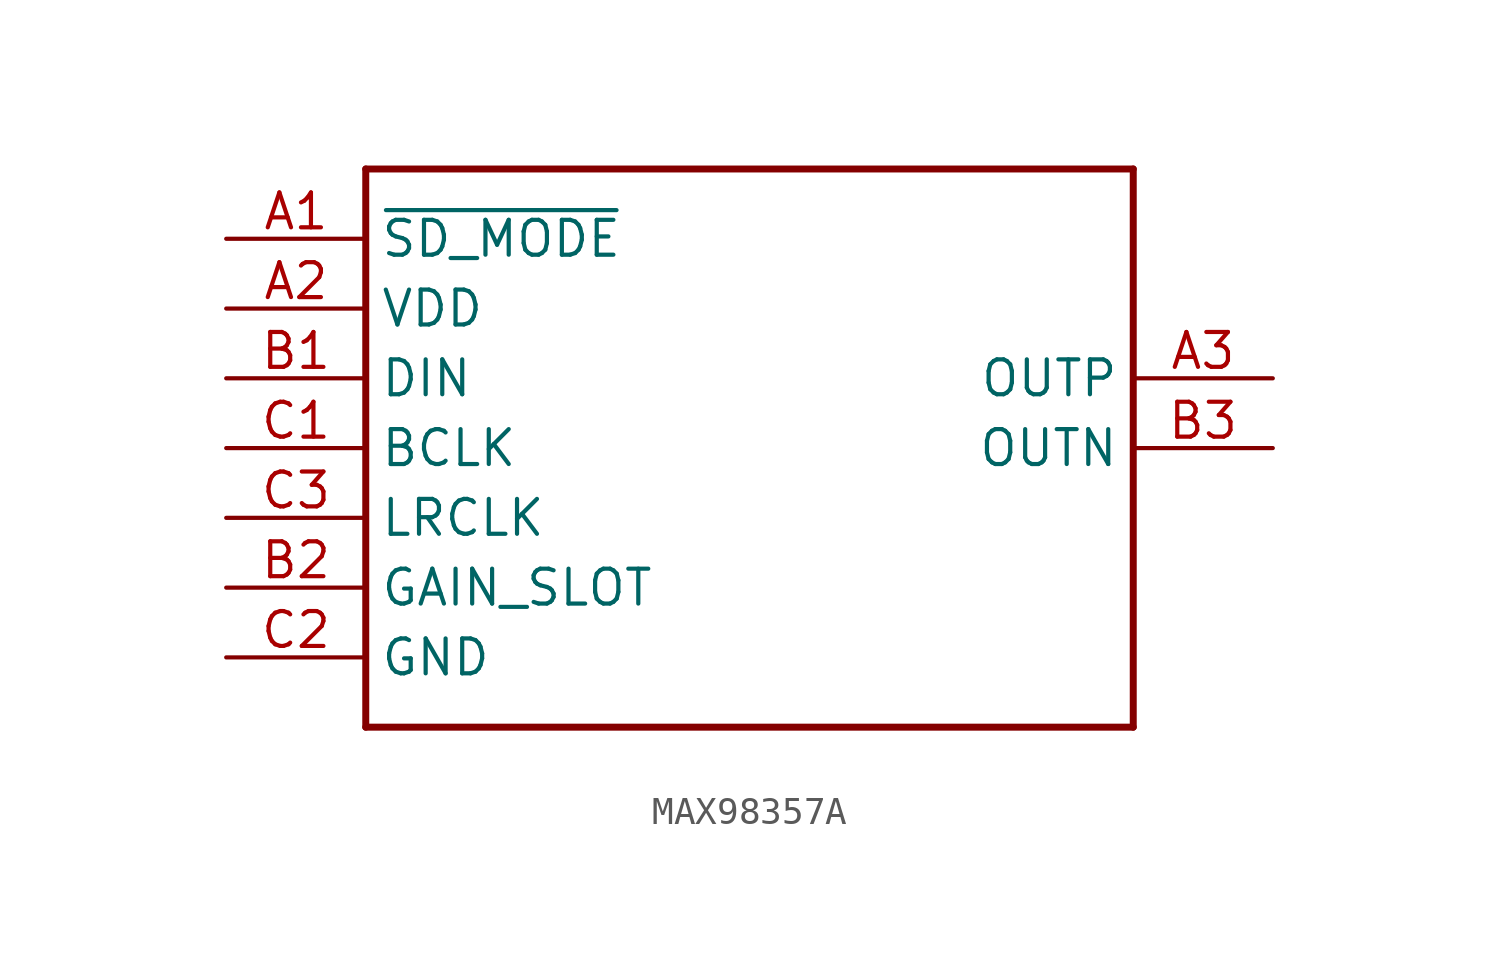
<source format=kicad_sym>
(kicad_symbol_lib
  (version 20231120)
  (generator "kicad_symbol_editor")
  (generator_version "8.0")
  (symbol "MAX98357A"
    (property "Reference" "U"
      (at 0 0 0)
      (effects (font (size 1.27 1.27)) (hide yes)))
    (property "ki_locked" ""
      (at 0 0 0)
      (effects (font (size 1.27 1.27))))
    (symbol "MAX98357A_1_0"
      (polyline (pts (xy -12.7 -10.16) (xy 15.24 -10.16)) (stroke (width 0.254) (type solid)) (fill (type none)))
      (polyline (pts (xy -12.7 10.16) (xy -12.7 -10.16)) (stroke (width 0.254) (type solid)) (fill (type none)))
      (polyline (pts (xy 15.24 -10.16) (xy 15.24 10.16)) (stroke (width 0.254) (type solid)) (fill (type none)))
      (polyline (pts (xy 15.24 10.16) (xy -12.7 10.16)) (stroke (width 0.254) (type solid)) (fill (type none)))
      (pin bidirectional line (at -17.78 7.62 0) (length 5.08) (name "~{SD_MODE}" (effects (font (size 1.27 1.27)))) (number "A1" (effects (font (size 1.27 1.27)))))
      (pin bidirectional line (at -17.78 5.08 0) (length 5.08) (name "VDD" (effects (font (size 1.27 1.27)))) (number "A2" (effects (font (size 1.27 1.27)))))
      (pin bidirectional line (at 20.32 2.54 180) (length 5.08) (name "OUTP" (effects (font (size 1.27 1.27)))) (number "A3" (effects (font (size 1.27 1.27)))))
      (pin bidirectional line (at -17.78 2.54 0) (length 5.08) (name "DIN" (effects (font (size 1.27 1.27)))) (number "B1" (effects (font (size 1.27 1.27)))))
      (pin bidirectional line (at -17.78 -5.08 0) (length 5.08) (name "GAIN_SLOT" (effects (font (size 1.27 1.27)))) (number "B2" (effects (font (size 1.27 1.27)))))
      (pin bidirectional line (at 20.32 0 180) (length 5.08) (name "OUTN" (effects (font (size 1.27 1.27)))) (number "B3" (effects (font (size 1.27 1.27)))))
      (pin bidirectional line (at -17.78 0 0) (length 5.08) (name "BCLK" (effects (font (size 1.27 1.27)))) (number "C1" (effects (font (size 1.27 1.27)))))
      (pin bidirectional line (at -17.78 -7.62 0) (length 5.08) (name "GND" (effects (font (size 1.27 1.27)))) (number "C2" (effects (font (size 1.27 1.27)))))
      (pin bidirectional line (at -17.78 -2.54 0) (length 5.08) (name "LRCLK" (effects (font (size 1.27 1.27)))) (number "C3" (effects (font (size 1.27 1.27))))))))
</source>
